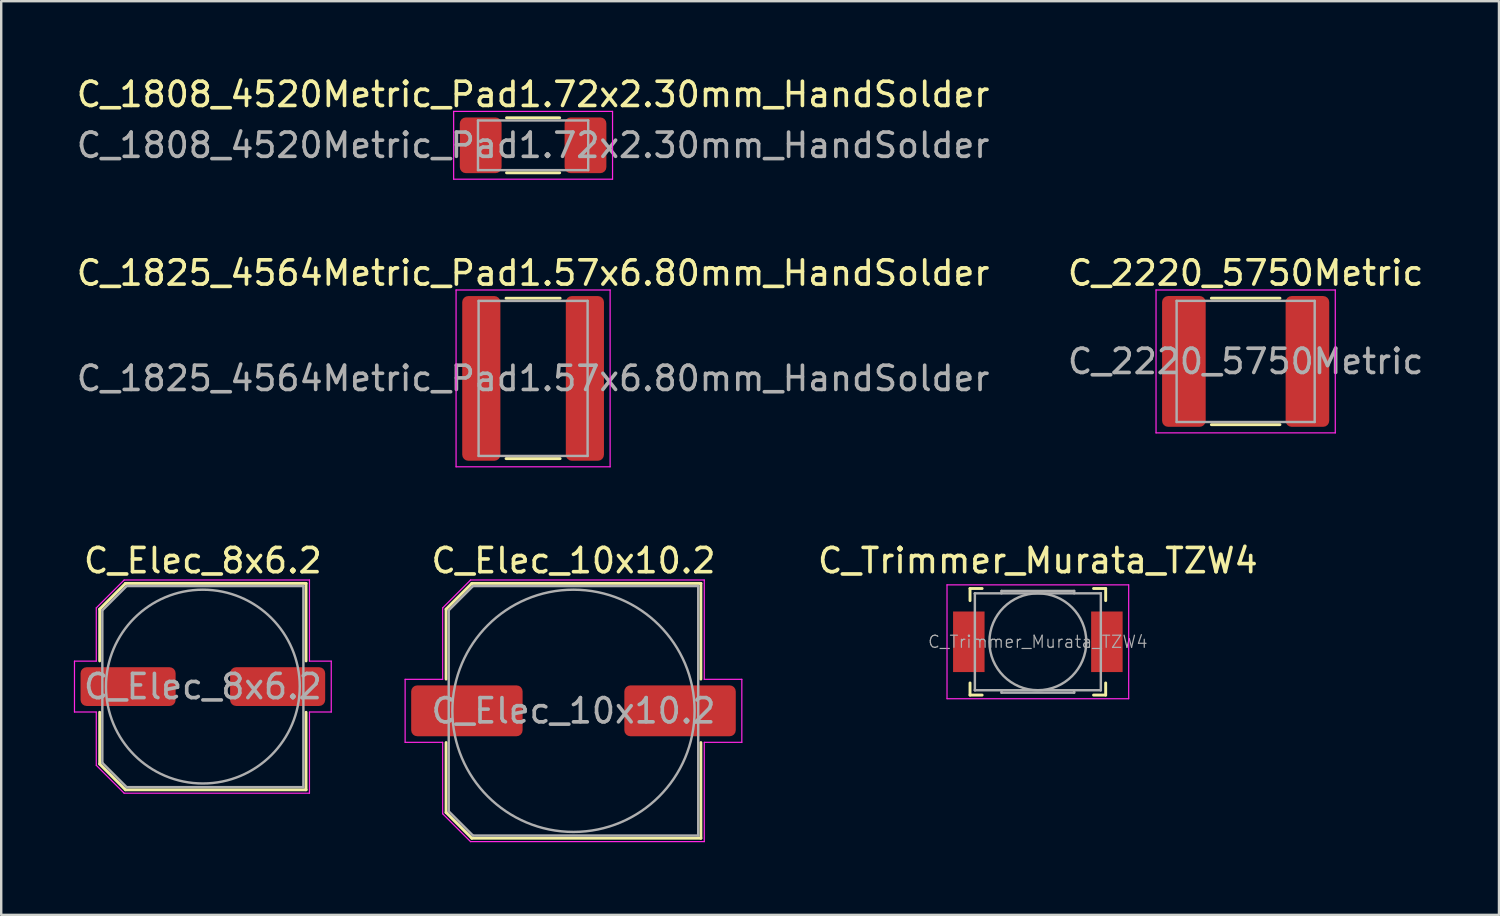
<source format=kicad_pcb>
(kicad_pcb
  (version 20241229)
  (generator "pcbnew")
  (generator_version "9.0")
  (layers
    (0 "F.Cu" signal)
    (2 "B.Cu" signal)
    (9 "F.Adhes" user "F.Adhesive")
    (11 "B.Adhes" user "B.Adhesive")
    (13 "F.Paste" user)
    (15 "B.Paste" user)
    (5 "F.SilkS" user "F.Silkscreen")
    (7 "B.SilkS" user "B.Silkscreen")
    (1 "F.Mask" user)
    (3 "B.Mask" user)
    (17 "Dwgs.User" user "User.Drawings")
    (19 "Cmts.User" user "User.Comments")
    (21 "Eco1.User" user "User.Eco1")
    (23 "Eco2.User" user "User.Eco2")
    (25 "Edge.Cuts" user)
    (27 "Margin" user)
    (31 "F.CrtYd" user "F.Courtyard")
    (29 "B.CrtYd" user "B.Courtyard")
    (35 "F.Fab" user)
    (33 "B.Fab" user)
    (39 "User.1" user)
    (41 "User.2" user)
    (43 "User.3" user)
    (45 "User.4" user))
  (footprint "C_Trimmer_Murata_TZW4"
    (layer "F.Cu")
    (at 39.796 23.445)
    (property "Reference" "C_Trimmer_Murata_TZW4" (at 0 -3.35 0) (layer "F.SilkS") (effects (font (size 1 1) (thickness 0.15))))
    (attr smd)
    (fp_line (start -2.8 -2.2) (end -2.8 -1.7) (stroke (width 0.12) (type solid)) (layer "F.SilkS"))
    (fp_line (start -2.8 -2.2) (end -2.3 -2.2) (stroke (width 0.12) (type solid)) (layer "F.SilkS"))
    (fp_line (start -2.8 2.2) (end -2.8 1.7) (stroke (width 0.12) (type solid)) (layer "F.SilkS"))
    (fp_line (start -2.8 2.2) (end -2.3 2.2) (stroke (width 0.12) (type solid)) (layer "F.SilkS"))
    (fp_line (start 2.8 -2.2) (end 2.3 -2.2) (stroke (width 0.12) (type solid)) (layer "F.SilkS"))
    (fp_line (start 2.8 -2.2) (end 2.8 -1.7) (stroke (width 0.12) (type solid)) (layer "F.SilkS"))
    (fp_line (start 2.8 2.2) (end 2.3 2.2) (stroke (width 0.12) (type solid)) (layer "F.SilkS"))
    (fp_line (start 2.8 2.2) (end 2.8 1.7) (stroke (width 0.12) (type solid)) (layer "F.SilkS"))
    (fp_line (start -3.75 -2.35) (end -3.75 2.35) (stroke (width 0.05) (type solid)) (layer "F.CrtYd"))
    (fp_line (start -3.75 2.35) (end 3.75 2.35) (stroke (width 0.05) (type solid)) (layer "F.CrtYd"))
    (fp_line (start 3.75 -2.35) (end -3.75 -2.35) (stroke (width 0.05) (type solid)) (layer "F.CrtYd"))
    (fp_line (start 3.75 2.35) (end 3.75 -2.35) (stroke (width 0.05) (type solid)) (layer "F.CrtYd"))
    (fp_line (start -2.6 -2) (end -2.59 -2) (stroke (width 0.1) (type solid)) (layer "F.Fab"))
    (fp_line (start -2.6 -1.99) (end -2.6 -2) (stroke (width 0.1) (type solid)) (layer "F.Fab"))
    (fp_line (start -2.6 1.99) (end -2.6 -1.99) (stroke (width 0.1) (type solid)) (layer "F.Fab"))
    (fp_line (start -2.6 2) (end -2.6 1.99) (stroke (width 0.1) (type solid)) (layer "F.Fab"))
    (fp_line (start -2.59 -2) (end 2.59 -2) (stroke (width 0.1) (type solid)) (layer "F.Fab"))
    (fp_line (start -2.59 2) (end -2.6 2) (stroke (width 0.1) (type solid)) (layer "F.Fab"))
    (fp_line (start -1.5 -2.1) (end 1.5 -2.1) (stroke (width 0.1) (type solid)) (layer "F.Fab"))
    (fp_line (start -1.5 -2) (end -1.5 -2.1) (stroke (width 0.1) (type solid)) (layer "F.Fab"))
    (fp_line (start -1.5 2) (end -1.5 2.1) (stroke (width 0.1) (type solid)) (layer "F.Fab"))
    (fp_line (start -1.5 2.1) (end 1.5 2.1) (stroke (width 0.1) (type solid)) (layer "F.Fab"))
    (fp_line (start 1.5 -2.1) (end 1.5 -2) (stroke (width 0.1) (type solid)) (layer "F.Fab"))
    (fp_line (start 1.5 2.1) (end 1.5 2) (stroke (width 0.1) (type solid)) (layer "F.Fab"))
    (fp_line (start 2.59 -2) (end 2.6 -2) (stroke (width 0.1) (type solid)) (layer "F.Fab"))
    (fp_line (start 2.59 2) (end -2.59 2) (stroke (width 0.1) (type solid)) (layer "F.Fab"))
    (fp_line (start 2.6 -2) (end 2.6 -1.99) (stroke (width 0.1) (type solid)) (layer "F.Fab"))
    (fp_line (start 2.6 -1.99) (end 2.6 1.99) (stroke (width 0.1) (type solid)) (layer "F.Fab"))
    (fp_line (start 2.6 1.99) (end 2.6 2) (stroke (width 0.1) (type solid)) (layer "F.Fab"))
    (fp_line (start 2.6 2) (end 2.59 2) (stroke (width 0.1) (type solid)) (layer "F.Fab"))
    (fp_circle (center 0 0) (end 2 0) (stroke (width 0.1) (type solid)) (fill no) (layer "F.Fab"))
    (fp_text user "${REFERENCE}" (at 0 0 0) (layer "F.Fab") (effects (font (size 0.5 0.5) (thickness 0.05))))
    (pad "1" smd rect (at -2.85 0) (size 1.3 2.5) (layers "F.Cu" "F.Mask" "F.Paste"))
    (pad "2" smd rect (at 2.85 0) (size 1.3 2.5) (layers "F.Cu" "F.Mask" "F.Paste")))
  (footprint "C_Elec_8x6.2"
    (layer "F.Cu")
    (at 5.325 25.295)
    (property "Reference" "C_Elec_8x6.2" (at 0 -5.2 0) (layer "F.SilkS") (effects (font (size 1 1) (thickness 0.15))))
    (attr smd)
    (fp_line (start -4.26 -3.196) (end -4.26 -1.06) (stroke (width 0.12) (type solid)) (layer "F.SilkS"))
    (fp_line (start -4.26 -3.196) (end -3.196 -4.26) (stroke (width 0.12) (type solid)) (layer "F.SilkS"))
    (fp_line (start -4.26 3.196) (end -4.26 1.06) (stroke (width 0.12) (type solid)) (layer "F.SilkS"))
    (fp_line (start -4.26 3.196) (end -3.196 4.26) (stroke (width 0.12) (type solid)) (layer "F.SilkS"))
    (fp_line (start -3.196 -4.26) (end 4.26 -4.26) (stroke (width 0.12) (type solid)) (layer "F.SilkS"))
    (fp_line (start -3.196 4.26) (end 4.26 4.26) (stroke (width 0.12) (type solid)) (layer "F.SilkS"))
    (fp_line (start 4.26 -4.26) (end 4.26 -1.06) (stroke (width 0.12) (type solid)) (layer "F.SilkS"))
    (fp_line (start 4.26 4.26) (end 4.26 1.06) (stroke (width 0.12) (type solid)) (layer "F.SilkS"))
    (fp_line (start -5.3 -1.05) (end -5.3 1.05) (stroke (width 0.05) (type solid)) (layer "F.CrtYd"))
    (fp_line (start -5.3 1.05) (end -4.4 1.05) (stroke (width 0.05) (type solid)) (layer "F.CrtYd"))
    (fp_line (start -4.4 -3.25) (end -4.4 -1.05) (stroke (width 0.05) (type solid)) (layer "F.CrtYd"))
    (fp_line (start -4.4 -3.25) (end -3.25 -4.4) (stroke (width 0.05) (type solid)) (layer "F.CrtYd"))
    (fp_line (start -4.4 -1.05) (end -5.3 -1.05) (stroke (width 0.05) (type solid)) (layer "F.CrtYd"))
    (fp_line (start -4.4 1.05) (end -4.4 3.25) (stroke (width 0.05) (type solid)) (layer "F.CrtYd"))
    (fp_line (start -4.4 3.25) (end -3.25 4.4) (stroke (width 0.05) (type solid)) (layer "F.CrtYd"))
    (fp_line (start -3.25 -4.4) (end 4.4 -4.4) (stroke (width 0.05) (type solid)) (layer "F.CrtYd"))
    (fp_line (start -3.25 4.4) (end 4.4 4.4) (stroke (width 0.05) (type solid)) (layer "F.CrtYd"))
    (fp_line (start 4.4 -4.4) (end 4.4 -1.05) (stroke (width 0.05) (type solid)) (layer "F.CrtYd"))
    (fp_line (start 4.4 -1.05) (end 5.3 -1.05) (stroke (width 0.05) (type solid)) (layer "F.CrtYd"))
    (fp_line (start 4.4 1.05) (end 4.4 4.4) (stroke (width 0.05) (type solid)) (layer "F.CrtYd"))
    (fp_line (start 5.3 -1.05) (end 5.3 1.05) (stroke (width 0.05) (type solid)) (layer "F.CrtYd"))
    (fp_line (start 5.3 1.05) (end 4.4 1.05) (stroke (width 0.05) (type solid)) (layer "F.CrtYd"))
    (fp_line (start -4.15 -3.15) (end -4.15 3.15) (stroke (width 0.1) (type solid)) (layer "F.Fab"))
    (fp_line (start -4.15 -3.15) (end -3.15 -4.15) (stroke (width 0.1) (type solid)) (layer "F.Fab"))
    (fp_line (start -4.15 3.15) (end -3.15 4.15) (stroke (width 0.1) (type solid)) (layer "F.Fab"))
    (fp_line (start -3.15 -4.15) (end 4.15 -4.15) (stroke (width 0.1) (type solid)) (layer "F.Fab"))
    (fp_line (start -3.15 4.15) (end 4.15 4.15) (stroke (width 0.1) (type solid)) (layer "F.Fab"))
    (fp_line (start 4.15 -4.15) (end 4.15 4.15) (stroke (width 0.1) (type solid)) (layer "F.Fab"))
    (fp_circle (center 0 0) (end 4 0) (stroke (width 0.1) (type solid)) (fill no) (layer "F.Fab"))
    (fp_text user "${REFERENCE}" (at 0 0 0) (layer "F.Fab") (effects (font (size 1 1) (thickness 0.15))))
    (pad "1" smd roundrect (at -3.087 0) (size 3.925 1.6) (layers "F.Cu" "F.Mask" "F.Paste") (roundrect_rratio 0.156))
    (pad "2" smd roundrect (at 3.087 0) (size 3.925 1.6) (layers "F.Cu" "F.Mask" "F.Paste") (roundrect_rratio 0.156)))
  (footprint "C_2220_5750Metric"
    (layer "F.Cu")
    (at 48.375 11.871)
    (property "Reference" "C_2220_5750Metric" (at 0 -3.65 0) (layer "F.SilkS") (effects (font (size 1 1) (thickness 0.15))))
    (attr smd)
    (fp_line (start -1.416 -2.61) (end 1.416 -2.61) (stroke (width 0.12) (type solid)) (layer "F.SilkS"))
    (fp_line (start -1.416 2.61) (end 1.416 2.61) (stroke (width 0.12) (type solid)) (layer "F.SilkS"))
    (fp_line (start -3.7 -2.95) (end 3.7 -2.95) (stroke (width 0.05) (type solid)) (layer "F.CrtYd"))
    (fp_line (start -3.7 2.95) (end -3.7 -2.95) (stroke (width 0.05) (type solid)) (layer "F.CrtYd"))
    (fp_line (start 3.7 -2.95) (end 3.7 2.95) (stroke (width 0.05) (type solid)) (layer "F.CrtYd"))
    (fp_line (start 3.7 2.95) (end -3.7 2.95) (stroke (width 0.05) (type solid)) (layer "F.CrtYd"))
    (fp_line (start -2.85 -2.5) (end 2.85 -2.5) (stroke (width 0.1) (type solid)) (layer "F.Fab"))
    (fp_line (start -2.85 2.5) (end -2.85 -2.5) (stroke (width 0.1) (type solid)) (layer "F.Fab"))
    (fp_line (start 2.85 -2.5) (end 2.85 2.5) (stroke (width 0.1) (type solid)) (layer "F.Fab"))
    (fp_line (start 2.85 2.5) (end -2.85 2.5) (stroke (width 0.1) (type solid)) (layer "F.Fab"))
    (fp_text user "${REFERENCE}" (at 0 0 0) (layer "F.Fab") (effects (font (size 1 1) (thickness 0.15))))
    (pad "1" smd roundrect (at -2.55 0) (size 1.8 5.4) (layers "F.Cu" "F.Mask" "F.Paste") (roundrect_rratio 0.139))
    (pad "2" smd roundrect (at 2.55 0) (size 1.8 5.4) (layers "F.Cu" "F.Mask" "F.Paste") (roundrect_rratio 0.139)))
  (footprint "C_Elec_10x10.2"
    (layer "F.Cu")
    (at 20.625 26.295)
    (property "Reference" "C_Elec_10x10.2" (at 0 -6.2 0) (layer "F.SilkS") (effects (font (size 1 1) (thickness 0.15))))
    (attr smd)
    (fp_line (start -5.26 -4.196) (end -5.26 -1.31) (stroke (width 0.12) (type solid)) (layer "F.SilkS"))
    (fp_line (start -5.26 -4.196) (end -4.196 -5.26) (stroke (width 0.12) (type solid)) (layer "F.SilkS"))
    (fp_line (start -5.26 4.196) (end -5.26 1.31) (stroke (width 0.12) (type solid)) (layer "F.SilkS"))
    (fp_line (start -5.26 4.196) (end -4.196 5.26) (stroke (width 0.12) (type solid)) (layer "F.SilkS"))
    (fp_line (start -4.196 -5.26) (end 5.26 -5.26) (stroke (width 0.12) (type solid)) (layer "F.SilkS"))
    (fp_line (start -4.196 5.26) (end 5.26 5.26) (stroke (width 0.12) (type solid)) (layer "F.SilkS"))
    (fp_line (start 5.26 -5.26) (end 5.26 -1.31) (stroke (width 0.12) (type solid)) (layer "F.SilkS"))
    (fp_line (start 5.26 5.26) (end 5.26 1.31) (stroke (width 0.12) (type solid)) (layer "F.SilkS"))
    (fp_line (start -6.95 -1.3) (end -6.95 1.3) (stroke (width 0.05) (type solid)) (layer "F.CrtYd"))
    (fp_line (start -6.95 1.3) (end -5.4 1.3) (stroke (width 0.05) (type solid)) (layer "F.CrtYd"))
    (fp_line (start -5.4 -4.25) (end -5.4 -1.3) (stroke (width 0.05) (type solid)) (layer "F.CrtYd"))
    (fp_line (start -5.4 -4.25) (end -4.25 -5.4) (stroke (width 0.05) (type solid)) (layer "F.CrtYd"))
    (fp_line (start -5.4 -1.3) (end -6.95 -1.3) (stroke (width 0.05) (type solid)) (layer "F.CrtYd"))
    (fp_line (start -5.4 1.3) (end -5.4 4.25) (stroke (width 0.05) (type solid)) (layer "F.CrtYd"))
    (fp_line (start -5.4 4.25) (end -4.25 5.4) (stroke (width 0.05) (type solid)) (layer "F.CrtYd"))
    (fp_line (start -4.25 -5.4) (end 5.4 -5.4) (stroke (width 0.05) (type solid)) (layer "F.CrtYd"))
    (fp_line (start -4.25 5.4) (end 5.4 5.4) (stroke (width 0.05) (type solid)) (layer "F.CrtYd"))
    (fp_line (start 5.4 -5.4) (end 5.4 -1.3) (stroke (width 0.05) (type solid)) (layer "F.CrtYd"))
    (fp_line (start 5.4 -1.3) (end 6.95 -1.3) (stroke (width 0.05) (type solid)) (layer "F.CrtYd"))
    (fp_line (start 5.4 1.3) (end 5.4 5.4) (stroke (width 0.05) (type solid)) (layer "F.CrtYd"))
    (fp_line (start 6.95 -1.3) (end 6.95 1.3) (stroke (width 0.05) (type solid)) (layer "F.CrtYd"))
    (fp_line (start 6.95 1.3) (end 5.4 1.3) (stroke (width 0.05) (type solid)) (layer "F.CrtYd"))
    (fp_line (start -5.15 -4.15) (end -5.15 4.15) (stroke (width 0.1) (type solid)) (layer "F.Fab"))
    (fp_line (start -5.15 -4.15) (end -4.15 -5.15) (stroke (width 0.1) (type solid)) (layer "F.Fab"))
    (fp_line (start -5.15 4.15) (end -4.15 5.15) (stroke (width 0.1) (type solid)) (layer "F.Fab"))
    (fp_line (start -4.15 -5.15) (end 5.15 -5.15) (stroke (width 0.1) (type solid)) (layer "F.Fab"))
    (fp_line (start -4.15 5.15) (end 5.15 5.15) (stroke (width 0.1) (type solid)) (layer "F.Fab"))
    (fp_line (start 5.15 -5.15) (end 5.15 5.15) (stroke (width 0.1) (type solid)) (layer "F.Fab"))
    (fp_circle (center 0 0) (end 5 0) (stroke (width 0.1) (type solid)) (fill no) (layer "F.Fab"))
    (fp_text user "${REFERENCE}" (at 0 0 0) (layer "F.Fab") (effects (font (size 1 1) (thickness 0.15))))
    (pad "1" smd roundrect (at -4.4 0) (size 4.6 2.1) (layers "F.Cu" "F.Mask" "F.Paste") (roundrect_rratio 0.119))
    (pad "2" smd roundrect (at 4.4 0) (size 4.6 2.1) (layers "F.Cu" "F.Mask" "F.Paste") (roundrect_rratio 0.119)))
  (footprint "C_1825_4564Metric_Pad1.57x6.80mm_HandSolder"
    (layer "F.Cu")
    (at 18.958 12.572)
    (property "Reference" "C_1825_4564Metric_Pad1.57x6.80mm_HandSolder" (at 0 -4.35 0) (layer "F.SilkS") (effects (font (size 1 1) (thickness 0.15))))
    (attr smd)
    (fp_line (start -1.116 -3.31) (end 1.116 -3.31) (stroke (width 0.12) (type solid)) (layer "F.SilkS"))
    (fp_line (start -1.116 3.31) (end 1.116 3.31) (stroke (width 0.12) (type solid)) (layer "F.SilkS"))
    (fp_line (start -3.18 -3.65) (end 3.18 -3.65) (stroke (width 0.05) (type solid)) (layer "F.CrtYd"))
    (fp_line (start -3.18 3.65) (end -3.18 -3.65) (stroke (width 0.05) (type solid)) (layer "F.CrtYd"))
    (fp_line (start 3.18 -3.65) (end 3.18 3.65) (stroke (width 0.05) (type solid)) (layer "F.CrtYd"))
    (fp_line (start 3.18 3.65) (end -3.18 3.65) (stroke (width 0.05) (type solid)) (layer "F.CrtYd"))
    (fp_line (start -2.25 -3.2) (end 2.25 -3.2) (stroke (width 0.1) (type solid)) (layer "F.Fab"))
    (fp_line (start -2.25 3.2) (end -2.25 -3.2) (stroke (width 0.1) (type solid)) (layer "F.Fab"))
    (fp_line (start 2.25 -3.2) (end 2.25 3.2) (stroke (width 0.1) (type solid)) (layer "F.Fab"))
    (fp_line (start 2.25 3.2) (end -2.25 3.2) (stroke (width 0.1) (type solid)) (layer "F.Fab"))
    (fp_text user "${REFERENCE}" (at 0 0 0) (layer "F.Fab") (effects (font (size 1 1) (thickness 0.15))))
    (pad "1" smd roundrect (at -2.138 0) (size 1.575 6.8) (layers "F.Cu" "F.Mask" "F.Paste") (roundrect_rratio 0.159))
    (pad "2" smd roundrect (at 2.138 0) (size 1.575 6.8) (layers "F.Cu" "F.Mask" "F.Paste") (roundrect_rratio 0.159)))
  (footprint "C_1808_4520Metric_Pad1.72x2.30mm_HandSolder"
    (layer "F.Cu")
    (at 18.958 2.948)
    (property "Reference" "C_1808_4520Metric_Pad1.72x2.30mm_HandSolder" (at 0 -2.1 0) (layer "F.SilkS") (effects (font (size 1 1) (thickness 0.15))))
    (attr smd)
    (fp_line (start -1.097 -1.135) (end 1.097 -1.135) (stroke (width 0.12) (type solid)) (layer "F.SilkS"))
    (fp_line (start -1.097 1.135) (end 1.097 1.135) (stroke (width 0.12) (type solid)) (layer "F.SilkS"))
    (fp_line (start -3.28 -1.4) (end 3.28 -1.4) (stroke (width 0.05) (type solid)) (layer "F.CrtYd"))
    (fp_line (start -3.28 1.4) (end -3.28 -1.4) (stroke (width 0.05) (type solid)) (layer "F.CrtYd"))
    (fp_line (start 3.28 -1.4) (end 3.28 1.4) (stroke (width 0.05) (type solid)) (layer "F.CrtYd"))
    (fp_line (start 3.28 1.4) (end -3.28 1.4) (stroke (width 0.05) (type solid)) (layer "F.CrtYd"))
    (fp_line (start -2.275 -1.025) (end 2.275 -1.025) (stroke (width 0.1) (type solid)) (layer "F.Fab"))
    (fp_line (start -2.275 1.025) (end -2.275 -1.025) (stroke (width 0.1) (type solid)) (layer "F.Fab"))
    (fp_line (start 2.275 -1.025) (end 2.275 1.025) (stroke (width 0.1) (type solid)) (layer "F.Fab"))
    (fp_line (start 2.275 1.025) (end -2.275 1.025) (stroke (width 0.1) (type solid)) (layer "F.Fab"))
    (fp_text user "${REFERENCE}" (at 0 0 0) (layer "F.Fab") (effects (font (size 1 1) (thickness 0.15))))
    (pad "1" smd roundrect (at -2.163 0) (size 1.725 2.3) (layers "F.Cu" "F.Mask" "F.Paste") (roundrect_rratio 0.145))
    (pad "2" smd roundrect (at 2.163 0) (size 1.725 2.3) (layers "F.Cu" "F.Mask" "F.Paste") (roundrect_rratio 0.145)))
  (gr_rect
    (start -3 -3)
    (end 58.833 34.72)
    (stroke (width 0.1) (type default))
    (fill no)
    (layer "Edge.Cuts")))
</source>
